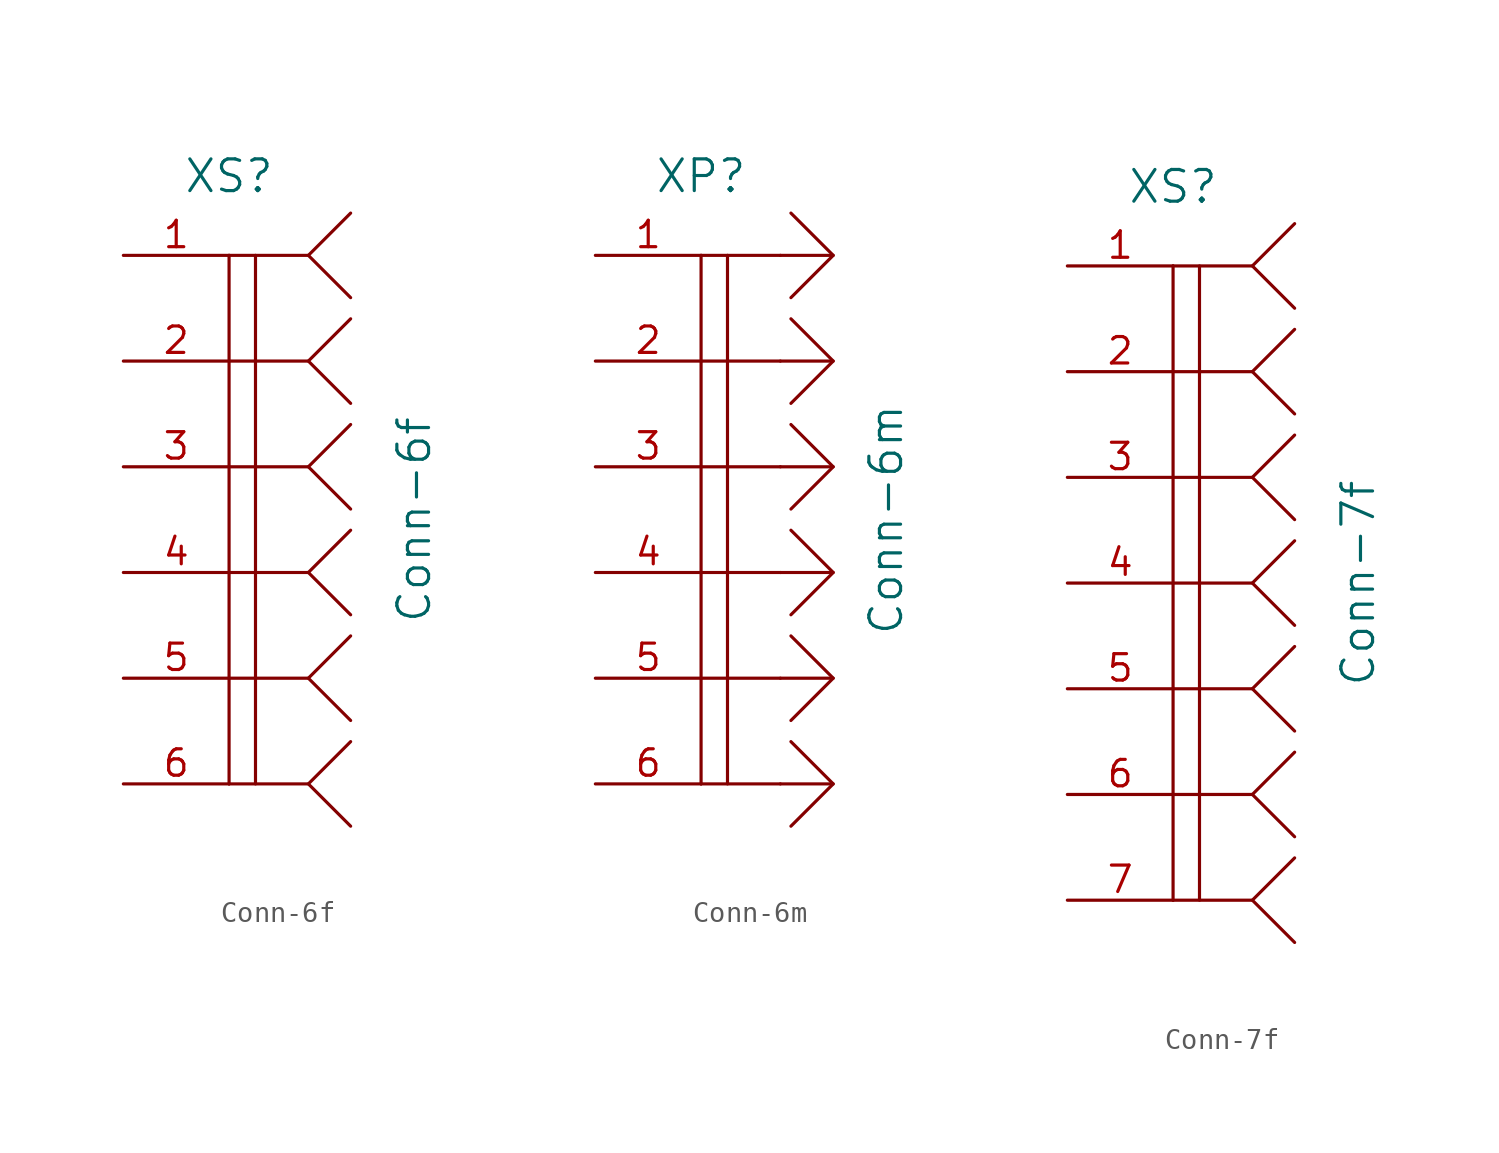
<source format=kicad_sym>
(kicad_symbol_lib
  (version 20220914)
  (generator kicad_symbol_editor)
  (symbol "Conn-6f"
    (pin_names
      (offset 1.016) hide)
    (property "Reference" "XS"
      (at -3.81 16.51 0)
      (do_not_autoplace)
      (effects (font (size 1.524 1.524))))
    (property "Value" "Conn-6f"
      (at 5.08 0 90)
      (do_not_autoplace)
      (effects (font (size 1.524 1.524))))
    (property "Datasheet" ""
      (at 0 -7.62 0)
      (effects (font (size 1.524 1.524))))
    (symbol "Conn-6f_0_1"
      (polyline (pts (xy -3.81 -7.62) (xy -3.81 -12.7)) (stroke (width 0) (type solid)) (fill (type none)))
      (polyline (pts (xy -3.81 -2.54) (xy -3.81 -7.62)) (stroke (width 0) (type solid)) (fill (type none)))
      (polyline (pts (xy -3.81 2.54) (xy -3.81 -2.54)) (stroke (width 0) (type solid)) (fill (type none)))
      (polyline (pts (xy -3.81 12.7) (xy -3.81 2.54)) (stroke (width 0) (type solid)) (fill (type none)))
      (polyline (pts (xy -2.54 -7.62) (xy -2.54 -12.7)) (stroke (width 0) (type solid)) (fill (type none)))
      (polyline (pts (xy -2.54 -2.54) (xy -2.54 -7.62)) (stroke (width 0) (type solid)) (fill (type none)))
      (polyline (pts (xy -2.54 2.54) (xy -2.54 -2.54)) (stroke (width 0) (type solid)) (fill (type none)))
      (polyline (pts (xy -2.54 12.7) (xy -2.54 2.54)) (stroke (width 0) (type solid)) (fill (type none)))
      (polyline (pts (xy 0 -12.7) (xy -3.81 -12.7)) (stroke (width 0) (type solid)) (fill (type none)))
      (polyline (pts (xy 0 -7.62) (xy -3.81 -7.62)) (stroke (width 0) (type solid)) (fill (type none)))
      (polyline (pts (xy 0 -2.54) (xy -3.81 -2.54)) (stroke (width 0) (type solid)) (fill (type none)))
      (polyline (pts (xy 0 2.54) (xy -3.81 2.54)) (stroke (width 0) (type solid)) (fill (type none)))
      (polyline (pts (xy 0 7.62) (xy -3.81 7.62)) (stroke (width 0) (type solid)) (fill (type none)))
      (polyline (pts (xy 0 12.7) (xy -3.81 12.7)) (stroke (width 0) (type solid)) (fill (type none)))
      (polyline (pts (xy 2.032 -10.668) (xy 0 -12.7) (xy 2.032 -14.732)) (stroke (width 0) (type solid)) (fill (type none)))
      (polyline (pts (xy 2.032 -5.588) (xy 0 -7.62) (xy 2.032 -9.652)) (stroke (width 0) (type solid)) (fill (type none)))
      (polyline (pts (xy 2.032 -0.508) (xy 0 -2.54) (xy 2.032 -4.572)) (stroke (width 0) (type solid)) (fill (type none)))
      (polyline (pts (xy 2.032 4.572) (xy 0 2.54) (xy 2.032 0.508)) (stroke (width 0) (type solid)) (fill (type none)))
      (polyline (pts (xy 2.032 9.652) (xy 0 7.62) (xy 2.032 5.588)) (stroke (width 0) (type solid)) (fill (type none)))
      (polyline (pts (xy 2.032 14.732) (xy 0 12.7) (xy 2.032 10.668)) (stroke (width 0) (type solid)) (fill (type none))))
    (symbol "Conn-6f_1_1"
      (pin passive line (at -8.89 12.7 0) (length 5.08) (name "~" (effects (font (size 1.27 1.27)))) (number "1" (effects (font (size 1.27 1.27)))))
      (pin passive line (at -8.89 7.62 0) (length 5.08) (name "~" (effects (font (size 1.27 1.27)))) (number "2" (effects (font (size 1.27 1.27)))))
      (pin passive line (at -8.89 2.54 0) (length 5.08) (name "~" (effects (font (size 1.27 1.27)))) (number "3" (effects (font (size 1.27 1.27)))))
      (pin passive line (at -8.89 -2.54 0) (length 5.08) (name "~" (effects (font (size 1.27 1.27)))) (number "4" (effects (font (size 1.27 1.27)))))
      (pin passive line (at -8.89 -7.62 0) (length 5.08) (name "~" (effects (font (size 1.27 1.27)))) (number "5" (effects (font (size 1.27 1.27)))))
      (pin passive line (at -8.89 -12.7 0) (length 5.08) (name "~" (effects (font (size 1.27 1.27)))) (number "6" (effects (font (size 1.27 1.27)))))))
  (symbol "Conn-6m"
    (pin_names
      (offset 1.016) hide)
    (property "Reference" "XP"
      (at -3.81 16.51 0)
      (do_not_autoplace)
      (effects (font (size 1.524 1.524))))
    (property "Value" "Conn-6m"
      (at 5.08 0 90)
      (do_not_autoplace)
      (effects (font (size 1.524 1.524))))
    (property "Datasheet" ""
      (at 2.54 7.62 0)
      (effects (font (size 1.524 1.524))))
    (symbol "Conn-6m_0_0"
      (polyline (pts (xy -3.81 -7.62) (xy -3.81 -12.7)) (stroke (width 0) (type solid)) (fill (type none)))
      (polyline (pts (xy -3.81 -2.54) (xy -3.81 -7.62)) (stroke (width 0) (type solid)) (fill (type none)))
      (polyline (pts (xy -3.81 2.54) (xy -3.81 -2.54)) (stroke (width 0) (type solid)) (fill (type none)))
      (polyline (pts (xy -3.81 7.62) (xy -3.81 2.54)) (stroke (width 0) (type solid)) (fill (type none)))
      (polyline (pts (xy -3.81 12.7) (xy -3.81 7.62)) (stroke (width 0) (type solid)) (fill (type none)))
      (polyline (pts (xy -2.54 -7.62) (xy -2.54 -12.7)) (stroke (width 0) (type solid)) (fill (type none)))
      (polyline (pts (xy -2.54 -2.54) (xy -2.54 -7.62)) (stroke (width 0) (type solid)) (fill (type none)))
      (polyline (pts (xy -2.54 2.54) (xy -2.54 -2.54)) (stroke (width 0) (type solid)) (fill (type none)))
      (polyline (pts (xy -2.54 7.62) (xy -2.54 2.54)) (stroke (width 0) (type solid)) (fill (type none)))
      (polyline (pts (xy -2.54 12.7) (xy -2.54 7.62)) (stroke (width 0) (type solid)) (fill (type none)))
      (polyline (pts (xy 0 -12.7) (xy -3.81 -12.7)) (stroke (width 0) (type solid)) (fill (type none)))
      (polyline (pts (xy 0 -7.62) (xy -3.81 -7.62)) (stroke (width 0) (type solid)) (fill (type none)))
      (polyline (pts (xy 0 -2.54) (xy -3.81 -2.54)) (stroke (width 0) (type solid)) (fill (type none)))
      (polyline (pts (xy 0 2.54) (xy -3.81 2.54)) (stroke (width 0) (type solid)) (fill (type none)))
      (polyline (pts (xy 0 7.62) (xy -3.81 7.62)) (stroke (width 0) (type solid)) (fill (type none)))
      (polyline (pts (xy 0 12.7) (xy -3.81 12.7)) (stroke (width 0) (type solid)) (fill (type none)))
      (polyline (pts (xy 2.54 -12.7) (xy 0 -12.7)) (stroke (width 0) (type solid)) (fill (type none)))
      (polyline (pts (xy 2.54 -7.62) (xy 0 -7.62)) (stroke (width 0) (type solid)) (fill (type none)))
      (polyline (pts (xy 2.54 -2.54) (xy 0 -2.54)) (stroke (width 0) (type solid)) (fill (type none)))
      (polyline (pts (xy 2.54 2.54) (xy 0 2.54)) (stroke (width 0) (type solid)) (fill (type none)))
      (polyline (pts (xy 2.54 7.62) (xy 0 7.62)) (stroke (width 0) (type solid)) (fill (type none)))
      (polyline (pts (xy 2.54 12.7) (xy 0 12.7)) (stroke (width 0) (type solid)) (fill (type none))))
    (symbol "Conn-6m_0_1"
      (polyline (pts (xy 0.508 -10.668) (xy 2.54 -12.7) (xy 0.508 -14.732)) (stroke (width 0) (type solid)) (fill (type none)))
      (polyline (pts (xy 0.508 -5.588) (xy 2.54 -7.62) (xy 0.508 -9.652)) (stroke (width 0) (type solid)) (fill (type none)))
      (polyline (pts (xy 0.508 -0.508) (xy 2.54 -2.54) (xy 0.508 -4.572)) (stroke (width 0) (type solid)) (fill (type none)))
      (polyline (pts (xy 0.508 4.572) (xy 2.54 2.54) (xy 0.508 0.508)) (stroke (width 0) (type solid)) (fill (type none)))
      (polyline (pts (xy 0.508 9.652) (xy 2.54 7.62) (xy 0.508 5.588)) (stroke (width 0) (type solid)) (fill (type none)))
      (polyline (pts (xy 0.508 14.732) (xy 2.54 12.7) (xy 0.508 10.668)) (stroke (width 0) (type solid)) (fill (type none))))
    (symbol "Conn-6m_1_1"
      (pin passive line (at -8.89 12.7 0) (length 5.08) (name "~" (effects (font (size 1.27 1.27)))) (number "1" (effects (font (size 1.27 1.27)))))
      (pin passive line (at -8.89 7.62 0) (length 5.08) (name "~" (effects (font (size 1.27 1.27)))) (number "2" (effects (font (size 1.27 1.27)))))
      (pin passive line (at -8.89 2.54 0) (length 5.08) (name "~" (effects (font (size 1.27 1.27)))) (number "3" (effects (font (size 1.27 1.27)))))
      (pin passive line (at -8.89 -2.54 0) (length 5.08) (name "~" (effects (font (size 1.27 1.27)))) (number "4" (effects (font (size 1.27 1.27)))))
      (pin passive line (at -8.89 -7.62 0) (length 5.08) (name "~" (effects (font (size 1.27 1.27)))) (number "5" (effects (font (size 1.27 1.27)))))
      (pin passive line (at -8.89 -12.7 0) (length 5.08) (name "~" (effects (font (size 1.27 1.27)))) (number "6" (effects (font (size 1.27 1.27)))))))
  (symbol "Conn-7f"
    (pin_names
      (offset 1.016) hide)
    (property "Reference" "XS"
      (at -3.81 19.05 0)
      (do_not_autoplace)
      (effects (font (size 1.524 1.524))))
    (property "Value" "Conn-7f"
      (at 5.08 0 90)
      (do_not_autoplace)
      (effects (font (size 1.524 1.524))))
    (property "Datasheet" ""
      (at 0 -5.08 0)
      (effects (font (size 1.524 1.524))))
    (symbol "Conn-7f_0_1"
      (polyline (pts (xy -3.81 -10.16) (xy -3.81 -15.24)) (stroke (width 0) (type solid)) (fill (type none)))
      (polyline (pts (xy -3.81 -5.08) (xy -3.81 -10.16)) (stroke (width 0) (type solid)) (fill (type none)))
      (polyline (pts (xy -3.81 0) (xy -3.81 -5.08)) (stroke (width 0) (type solid)) (fill (type none)))
      (polyline (pts (xy -3.81 5.08) (xy -3.81 0)) (stroke (width 0) (type solid)) (fill (type none)))
      (polyline (pts (xy -3.81 15.24) (xy -3.81 5.08)) (stroke (width 0) (type solid)) (fill (type none)))
      (polyline (pts (xy -2.54 -10.16) (xy -2.54 -15.24)) (stroke (width 0) (type solid)) (fill (type none)))
      (polyline (pts (xy -2.54 -5.08) (xy -2.54 -10.16)) (stroke (width 0) (type solid)) (fill (type none)))
      (polyline (pts (xy -2.54 0) (xy -2.54 -5.08)) (stroke (width 0) (type solid)) (fill (type none)))
      (polyline (pts (xy -2.54 5.08) (xy -2.54 0)) (stroke (width 0) (type solid)) (fill (type none)))
      (polyline (pts (xy -2.54 15.24) (xy -2.54 5.08)) (stroke (width 0) (type solid)) (fill (type none)))
      (polyline (pts (xy 0 -15.24) (xy -3.81 -15.24)) (stroke (width 0) (type solid)) (fill (type none)))
      (polyline (pts (xy 0 -10.16) (xy -3.81 -10.16)) (stroke (width 0) (type solid)) (fill (type none)))
      (polyline (pts (xy 0 -5.08) (xy -3.81 -5.08)) (stroke (width 0) (type solid)) (fill (type none)))
      (polyline (pts (xy 0 0) (xy -3.81 0)) (stroke (width 0) (type solid)) (fill (type none)))
      (polyline (pts (xy 0 5.08) (xy -3.81 5.08)) (stroke (width 0) (type solid)) (fill (type none)))
      (polyline (pts (xy 0 10.16) (xy -3.81 10.16)) (stroke (width 0) (type solid)) (fill (type none)))
      (polyline (pts (xy 0 15.24) (xy -3.81 15.24)) (stroke (width 0) (type solid)) (fill (type none)))
      (polyline (pts (xy 2.032 -13.208) (xy 0 -15.24) (xy 2.032 -17.272)) (stroke (width 0) (type solid)) (fill (type none)))
      (polyline (pts (xy 2.032 -8.128) (xy 0 -10.16) (xy 2.032 -12.192)) (stroke (width 0) (type solid)) (fill (type none)))
      (polyline (pts (xy 2.032 -3.048) (xy 0 -5.08) (xy 2.032 -7.112)) (stroke (width 0) (type solid)) (fill (type none)))
      (polyline (pts (xy 2.032 2.032) (xy 0 0) (xy 2.032 -2.032)) (stroke (width 0) (type solid)) (fill (type none)))
      (polyline (pts (xy 2.032 7.112) (xy 0 5.08) (xy 2.032 3.048)) (stroke (width 0) (type solid)) (fill (type none)))
      (polyline (pts (xy 2.032 12.192) (xy 0 10.16) (xy 2.032 8.128)) (stroke (width 0) (type solid)) (fill (type none)))
      (polyline (pts (xy 2.032 17.272) (xy 0 15.24) (xy 2.032 13.208)) (stroke (width 0) (type solid)) (fill (type none))))
    (symbol "Conn-7f_1_1"
      (pin passive line (at -8.89 15.24 0) (length 5.08) (name "~" (effects (font (size 1.27 1.27)))) (number "1" (effects (font (size 1.27 1.27)))))
      (pin passive line (at -8.89 10.16 0) (length 5.08) (name "~" (effects (font (size 1.27 1.27)))) (number "2" (effects (font (size 1.27 1.27)))))
      (pin passive line (at -8.89 5.08 0) (length 5.08) (name "~" (effects (font (size 1.27 1.27)))) (number "3" (effects (font (size 1.27 1.27)))))
      (pin passive line (at -8.89 0 0) (length 5.08) (name "~" (effects (font (size 1.27 1.27)))) (number "4" (effects (font (size 1.27 1.27)))))
      (pin passive line (at -8.89 -5.08 0) (length 5.08) (name "~" (effects (font (size 1.27 1.27)))) (number "5" (effects (font (size 1.27 1.27)))))
      (pin passive line (at -8.89 -10.16 0) (length 5.08) (name "~" (effects (font (size 1.27 1.27)))) (number "6" (effects (font (size 1.27 1.27)))))
      (pin passive line (at -8.89 -15.24 0) (length 5.08) (name "~" (effects (font (size 1.27 1.27)))) (number "7" (effects (font (size 1.27 1.27))))))))
</source>
